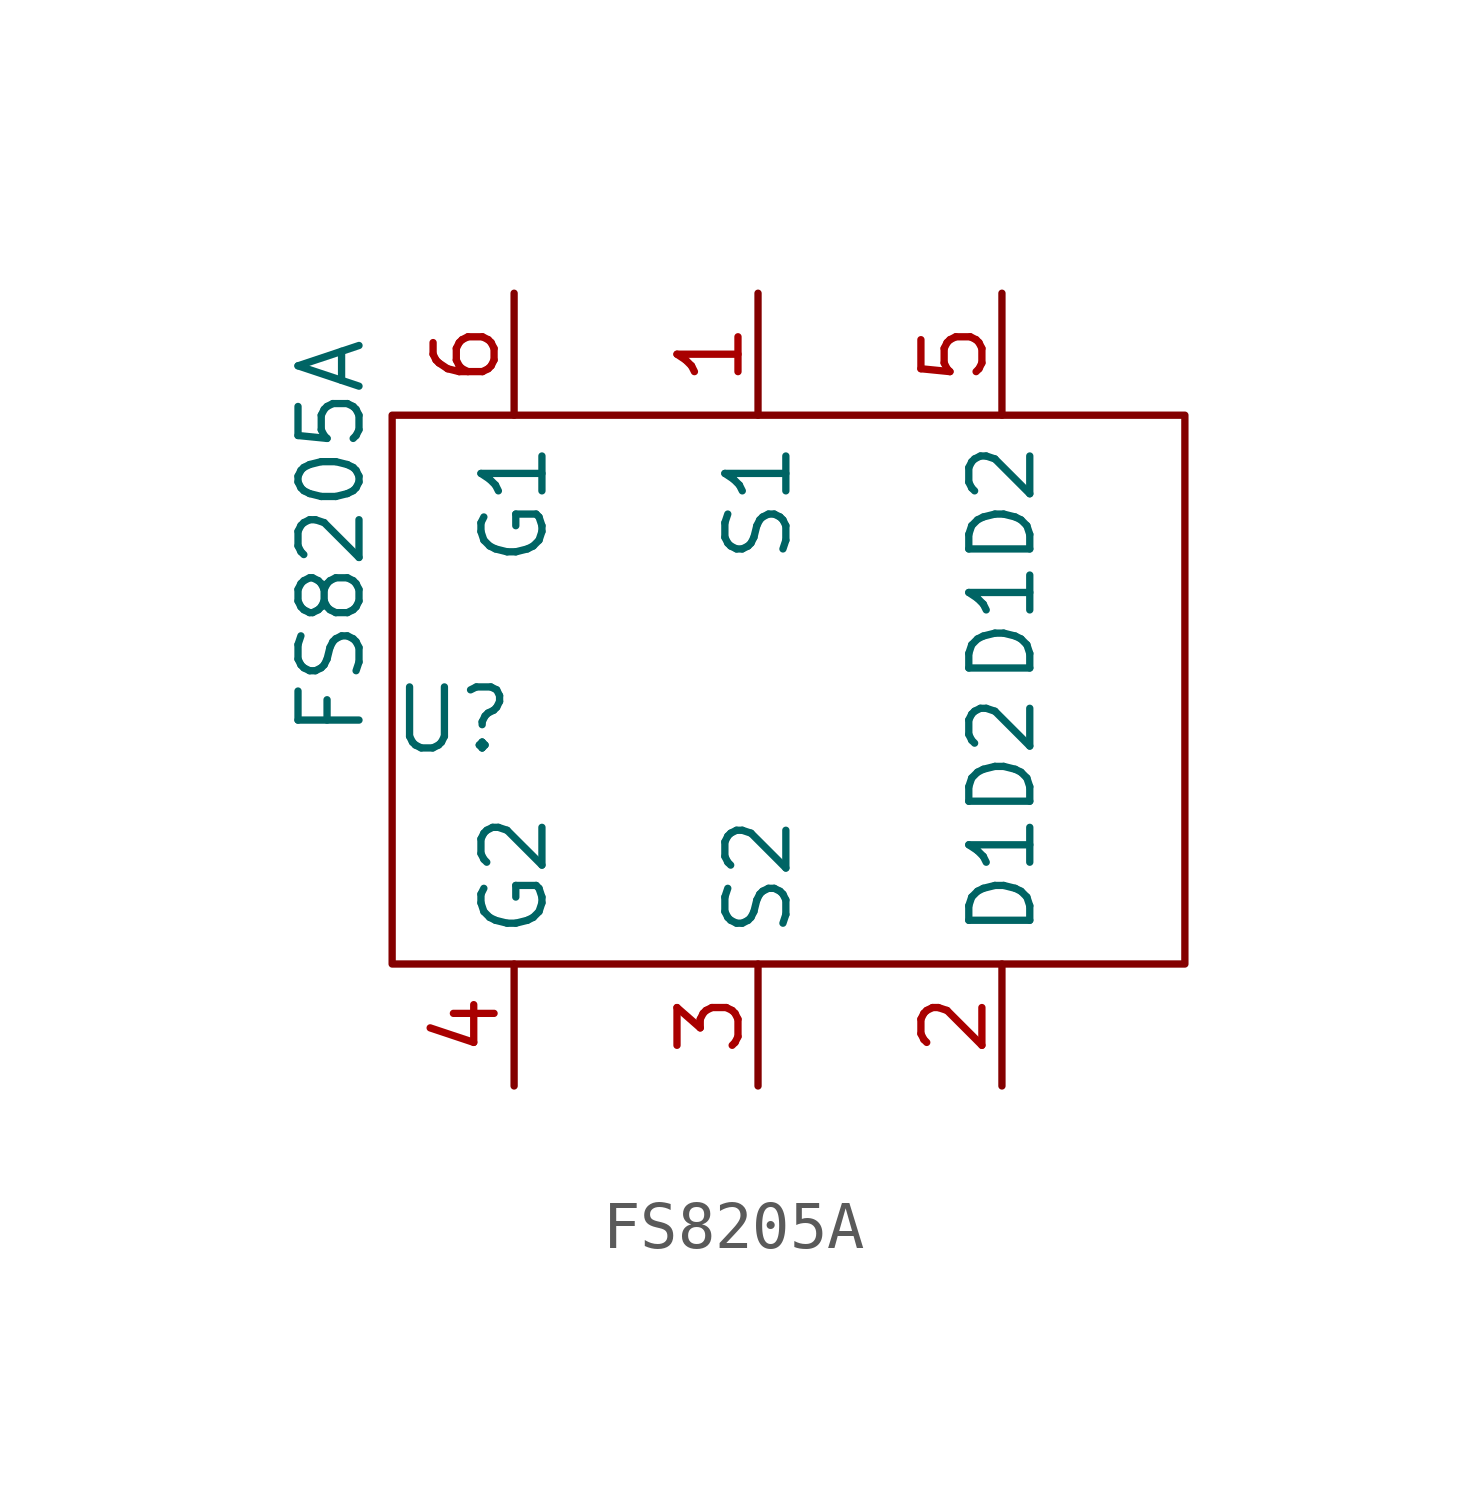
<source format=kicad_sym>
(kicad_symbol_lib
  (version 20220914)
  (generator kicad_symbol_editor)
  (symbol "FS8205A"
    (property "Reference" "U"
      (at 1.27 5.08 0)
      (effects (font (size 1.27 1.27))))
    (property "Value" "FS8205A"
      (at -1.27 8.89 90)
      (effects (font (size 1.27 1.27))))
    (symbol "FS8205A_0_1"
      (rectangle (start 0 11.43) (end 16.51 0) (stroke (width 0) (type default)) (fill (type none))))
    (symbol "FS8205A_1_1"
      (pin input line (at 7.62 13.97 270) (length 2.54) (name "S1" (effects (font (size 1.27 1.27)))) (number "1" (effects (font (size 1.27 1.27)))))
      (pin input line (at 12.7 -2.54 90) (length 2.54) (name "D1D2" (effects (font (size 1.27 1.27)))) (number "2" (effects (font (size 1.27 1.27)))))
      (pin input line (at 7.62 -2.54 90) (length 2.54) (name "S2" (effects (font (size 1.27 1.27)))) (number "3" (effects (font (size 1.27 1.27)))))
      (pin input line (at 2.54 -2.54 90) (length 2.54) (name "G2" (effects (font (size 1.27 1.27)))) (number "4" (effects (font (size 1.27 1.27)))))
      (pin input line (at 12.7 13.97 270) (length 2.54) (name "D1D2" (effects (font (size 1.27 1.27)))) (number "5" (effects (font (size 1.27 1.27)))))
      (pin input line (at 2.54 13.97 270) (length 2.54) (name "G1" (effects (font (size 1.27 1.27)))) (number "6" (effects (font (size 1.27 1.27))))))))
</source>
